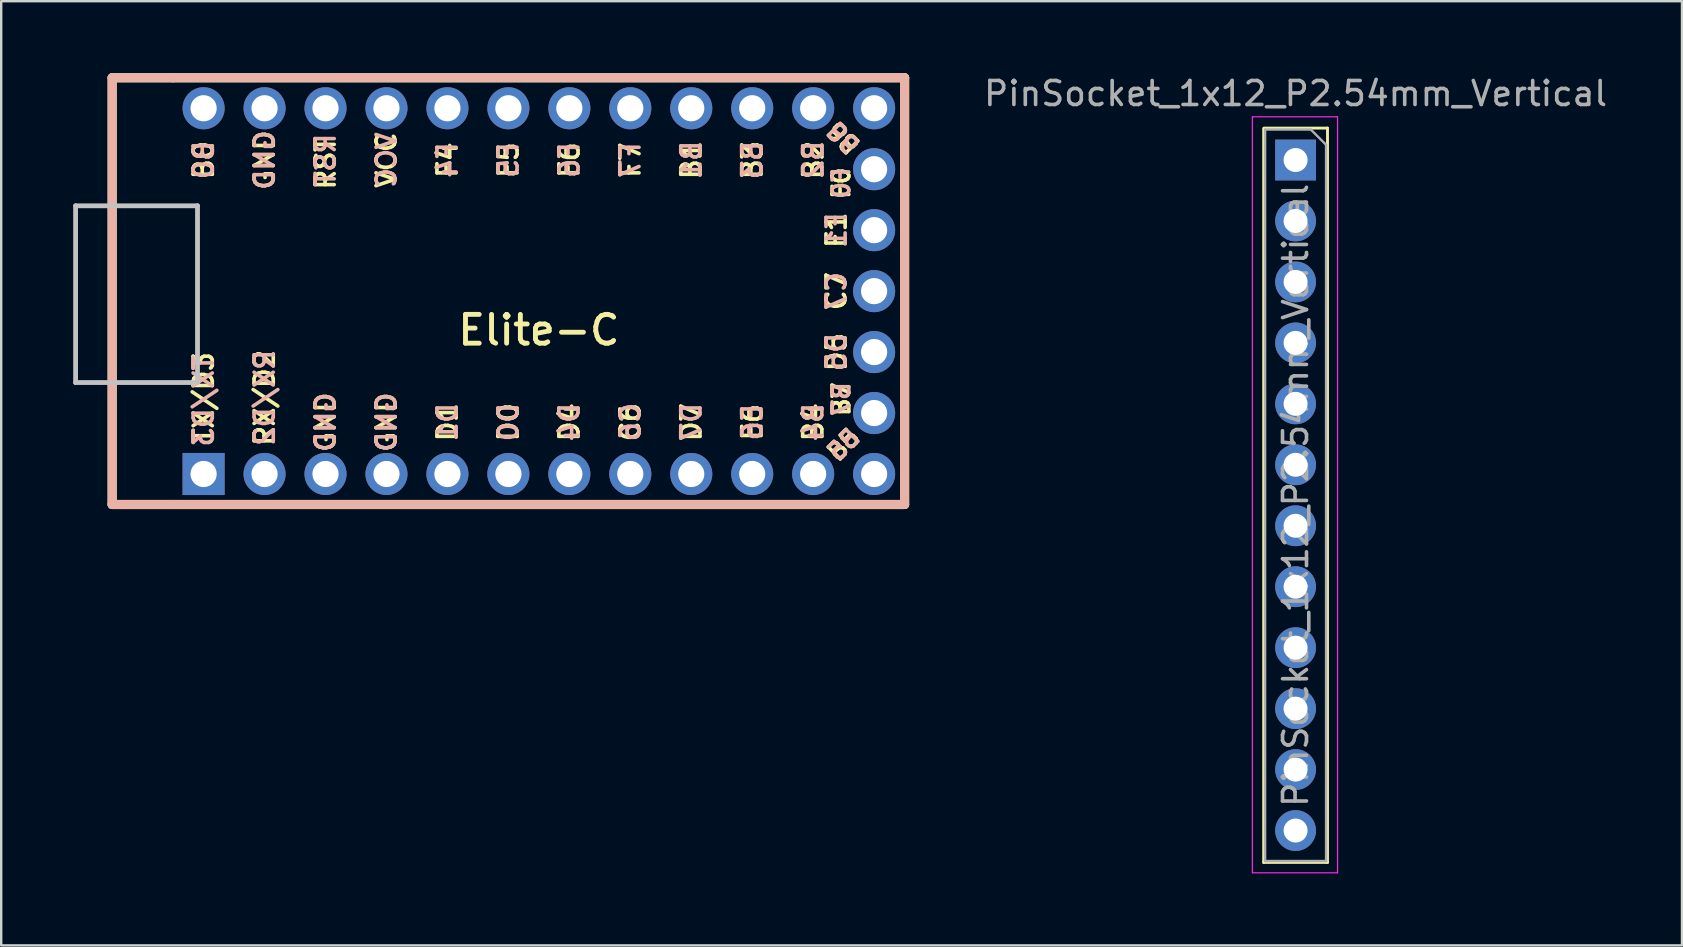
<source format=kicad_pcb>
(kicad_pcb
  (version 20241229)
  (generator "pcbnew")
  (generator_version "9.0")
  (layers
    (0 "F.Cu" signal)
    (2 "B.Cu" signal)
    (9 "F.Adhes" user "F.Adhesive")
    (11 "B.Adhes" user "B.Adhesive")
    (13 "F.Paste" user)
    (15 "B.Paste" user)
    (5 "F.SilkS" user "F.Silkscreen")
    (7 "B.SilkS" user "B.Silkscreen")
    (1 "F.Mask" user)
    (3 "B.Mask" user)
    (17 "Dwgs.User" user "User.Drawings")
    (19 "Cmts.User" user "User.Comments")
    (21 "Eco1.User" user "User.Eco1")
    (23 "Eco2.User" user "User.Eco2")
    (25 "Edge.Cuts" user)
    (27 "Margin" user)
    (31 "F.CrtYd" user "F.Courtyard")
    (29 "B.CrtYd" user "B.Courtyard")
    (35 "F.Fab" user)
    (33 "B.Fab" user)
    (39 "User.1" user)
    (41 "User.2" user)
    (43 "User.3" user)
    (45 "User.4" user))
  (footprint "PinSocket_1x12_P2.54mm_Vertical"
    (layer "F.Cu")
    (at 50.936 3.618)
    (property "Reference" "PinSocket_1x12_P2.54mm_Vertical" (at 0 -2.77 0) (layer "F.Fab") (effects (font (size 1 1) (thickness 0.15))))
    (attr through_hole)
    (fp_line (start -1.33 -1.295) (end -1.33 29.27) (stroke (width 0.12) (type solid)) (layer "F.SilkS"))
    (fp_line (start -1.33 29.27) (end 1.33 29.27) (stroke (width 0.12) (type solid)) (layer "F.SilkS"))
    (fp_line (start -1.321 -1.33) (end 1.33 -1.33) (stroke (width 0.12) (type solid)) (layer "F.SilkS"))
    (fp_line (start 1.33 -1.33) (end 1.33 29.27) (stroke (width 0.12) (type solid)) (layer "F.SilkS"))
    (fp_line (start -1.8 -1.8) (end 1.75 -1.8) (stroke (width 0.05) (type solid)) (layer "F.CrtYd"))
    (fp_line (start -1.8 29.7) (end -1.8 -1.8) (stroke (width 0.05) (type solid)) (layer "F.CrtYd"))
    (fp_line (start 1.75 -1.8) (end 1.75 29.7) (stroke (width 0.05) (type solid)) (layer "F.CrtYd"))
    (fp_line (start 1.75 29.7) (end -1.8 29.7) (stroke (width 0.05) (type solid)) (layer "F.CrtYd"))
    (fp_line (start -1.27 -1.27) (end 0.635 -1.27) (stroke (width 0.1) (type solid)) (layer "F.Fab"))
    (fp_line (start -1.27 29.21) (end -1.27 -1.27) (stroke (width 0.1) (type solid)) (layer "F.Fab"))
    (fp_line (start 0.635 -1.27) (end 1.27 -0.635) (stroke (width 0.1) (type solid)) (layer "F.Fab"))
    (fp_line (start 1.27 -0.635) (end 1.27 29.21) (stroke (width 0.1) (type solid)) (layer "F.Fab"))
    (fp_line (start 1.27 29.21) (end -1.27 29.21) (stroke (width 0.1) (type solid)) (layer "F.Fab"))
    (fp_text user "${REFERENCE}" (at 0 13.97 90) (layer "F.Fab") (effects (font (size 1 1) (thickness 0.15))))
    (pad "1" thru_hole rect (at 0 0) (size 1.7 1.7) (drill 1) (layers "*.Cu" "*.Mask"))
    (pad "2" thru_hole oval (at 0 2.54) (size 1.7 1.7) (drill 1) (layers "*.Cu" "*.Mask"))
    (pad "3" thru_hole oval (at 0 5.08) (size 1.7 1.7) (drill 1) (layers "*.Cu" "*.Mask"))
    (pad "4" thru_hole oval (at 0 7.62) (size 1.7 1.7) (drill 1) (layers "*.Cu" "*.Mask"))
    (pad "5" thru_hole oval (at 0 10.16) (size 1.7 1.7) (drill 1) (layers "*.Cu" "*.Mask"))
    (pad "6" thru_hole oval (at 0 12.7) (size 1.7 1.7) (drill 1) (layers "*.Cu" "*.Mask"))
    (pad "7" thru_hole oval (at 0 15.24) (size 1.7 1.7) (drill 1) (layers "*.Cu" "*.Mask"))
    (pad "8" thru_hole oval (at 0 17.78) (size 1.7 1.7) (drill 1) (layers "*.Cu" "*.Mask"))
    (pad "9" thru_hole oval (at 0 20.32) (size 1.7 1.7) (drill 1) (layers "*.Cu" "*.Mask"))
    (pad "10" thru_hole oval (at 0 22.86) (size 1.7 1.7) (drill 1) (layers "*.Cu" "*.Mask"))
    (pad "11" thru_hole oval (at 0 25.4) (size 1.7 1.7) (drill 1) (layers "*.Cu" "*.Mask"))
    (pad "12" thru_hole oval (at 0 27.94) (size 1.7 1.7) (drill 1) (layers "*.Cu" "*.Mask")))
  (footprint "Elite-C"
    (layer "F.Cu")
    (at 19.404 9.081)
    (property "Reference" "Elite-C" (at 0 1.625 180) (layer "F.SilkS") (effects (font (size 1.2 1.2) (thickness 0.203))))
    (attr through_hole)
    (fp_line (start -17.78 -8.89) (end -17.78 8.89) (stroke (width 0.381) (type solid)) (layer "F.SilkS"))
    (fp_line (start -17.78 8.89) (end -15.24 8.89) (stroke (width 0.381) (type solid)) (layer "F.SilkS"))
    (fp_line (start -15.24 -8.89) (end -17.78 -8.89) (stroke (width 0.381) (type solid)) (layer "F.SilkS"))
    (fp_line (start -15.24 8.89) (end 15.24 8.89) (stroke (width 0.381) (type solid)) (layer "F.SilkS"))
    (fp_line (start 15.24 -8.89) (end -15.24 -8.89) (stroke (width 0.381) (type solid)) (layer "F.SilkS"))
    (fp_line (start 15.24 8.89) (end 15.24 -8.89) (stroke (width 0.381) (type solid)) (layer "F.SilkS"))
    (fp_line (start -17.78 -8.89) (end -17.78 8.89) (stroke (width 0.381) (type solid)) (layer "B.SilkS"))
    (fp_line (start -17.78 8.89) (end 15.24 8.89) (stroke (width 0.381) (type solid)) (layer "B.SilkS"))
    (fp_line (start 15.24 -8.89) (end -17.78 -8.89) (stroke (width 0.381) (type solid)) (layer "B.SilkS"))
    (fp_line (start 15.24 8.89) (end 15.24 -8.89) (stroke (width 0.381) (type solid)) (layer "B.SilkS"))
    (fp_line (start -19.304 -3.556) (end -14.224 -3.556) (stroke (width 0.2) (type solid)) (layer "Dwgs.User"))
    (fp_line (start -19.304 3.81) (end -19.304 -3.556) (stroke (width 0.2) (type solid)) (layer "Dwgs.User"))
    (fp_line (start -14.224 -3.556) (end -14.224 3.81) (stroke (width 0.2) (type solid)) (layer "Dwgs.User"))
    (fp_line (start -14.224 3.81) (end -19.304 3.81) (stroke (width 0.2) (type solid)) (layer "Dwgs.User"))
    (fp_text user "E6" (at 8.89 5.461 90) (layer "F.SilkS") (effects (font (size 0.8 0.8) (thickness 0.15))))
    (fp_text user "B6" (at 12.7 -6.4 135) (unlocked yes) (layer "F.SilkS") (effects (font (size 0.7 0.7) (thickness 0.15))))
    (fp_text user "C6" (at 3.81 5.461 90) (layer "F.SilkS") (effects (font (size 0.8 0.8) (thickness 0.15))))
    (fp_text user "B0" (at -13.97 -5.461 90) (layer "F.SilkS") (effects (font (size 0.8 0.8) (thickness 0.15))))
    (fp_text user "GND" (at -8.89 5.461 90) (layer "F.SilkS") (effects (font (size 0.8 0.8) (thickness 0.15))))
    (fp_text user "D0" (at -1.27 5.461 90) (layer "F.SilkS") (effects (font (size 0.8 0.8) (thickness 0.15))))
    (fp_text user "F7" (at 3.81 -5.461 90) (layer "F.SilkS") (effects (font (size 0.8 0.8) (thickness 0.15))))
    (fp_text user "D4" (at 1.27 5.461 90) (layer "F.SilkS") (effects (font (size 0.8 0.8) (thickness 0.15))))
    (fp_text user "B1" (at 6.35 -5.461 90) (layer "F.SilkS") (effects (font (size 0.8 0.8) (thickness 0.15))))
    (fp_text user "F4" (at -3.81 -5.461 90) (layer "F.SilkS") (effects (font (size 0.8 0.8) (thickness 0.15))))
    (fp_text user "RX/D2" (at -11.43 4.445 90) (layer "F.SilkS") (effects (font (size 0.8 0.8) (thickness 0.15))))
    (fp_text user "D7" (at 6.35 5.461 90) (layer "F.SilkS") (effects (font (size 0.8 0.8) (thickness 0.15))))
    (fp_text user "F1" (at 12.4 -2.54 90) (layer "F.SilkS") (effects (font (size 0.8 0.8) (thickness 0.15))))
    (fp_text user "D5" (at 12.4 2.54 90) (layer "F.SilkS") (effects (font (size 0.8 0.8) (thickness 0.15))))
    (fp_text user "RST" (at -8.89 -5.334 90) (layer "F.SilkS") (effects (font (size 0.8 0.8) (thickness 0.15))))
    (fp_text user "B2" (at 11.43 -5.461 90) (layer "F.SilkS") (effects (font (size 0.8 0.8) (thickness 0.15))))
    (fp_text user "B3" (at 8.89 -5.461 90) (layer "F.SilkS") (effects (font (size 0.8 0.8) (thickness 0.15))))
    (fp_text user "D1" (at -3.81 5.461 90) (layer "F.SilkS") (effects (font (size 0.8 0.8) (thickness 0.15))))
    (fp_text user "GND" (at -6.35 5.461 90) (layer "F.SilkS") (effects (font (size 0.8 0.8) (thickness 0.15))))
    (fp_text user "F5" (at -1.27 -5.461 90) (layer "F.SilkS") (effects (font (size 0.8 0.8) (thickness 0.15))))
    (fp_text user "B7" (at 12.6 4.5 90) (layer "F.SilkS") (effects (font (size 0.7 0.7) (thickness 0.15))))
    (fp_text user "F0" (at 12.6 -4.5 90) (layer "F.SilkS") (effects (font (size 0.7 0.7) (thickness 0.15))))
    (fp_text user "B5" (at 12.7 6.4 225) (layer "F.SilkS") (effects (font (size 0.7 0.7) (thickness 0.15))))
    (fp_text user "F6" (at 1.27 -5.461 90) (layer "F.SilkS") (effects (font (size 0.8 0.8) (thickness 0.15))))
    (fp_text user "B4" (at 11.43 5.461 90) (layer "F.SilkS") (effects (font (size 0.8 0.8) (thickness 0.15))))
    (fp_text user "GND" (at -11.43 -5.461 90) (layer "F.SilkS") (effects (font (size 0.8 0.8) (thickness 0.15))))
    (fp_text user "TX/D3" (at -13.97 4.445 90) (layer "F.SilkS") (effects (font (size 0.8 0.8) (thickness 0.15))))
    (fp_text user "C7" (at 12.4 0 90) (layer "F.SilkS") (effects (font (size 0.8 0.8) (thickness 0.15))))
    (fp_text user "VCC" (at -6.35 -5.461 90) (layer "F.SilkS") (effects (font (size 0.8 0.8) (thickness 0.15))))
    (fp_text user "D4" (at 1.27 5.461 90) (layer "B.SilkS") (effects (font (size 0.8 0.8) (thickness 0.15)) (justify mirror)))
    (fp_text user "B3" (at 8.89 -5.461 90) (layer "B.SilkS") (effects (font (size 0.8 0.8) (thickness 0.15)) (justify mirror)))
    (fp_text user "VCC" (at -6.35 -5.461 90) (layer "B.SilkS") (effects (font (size 0.8 0.8) (thickness 0.15)) (justify mirror)))
    (fp_text user "F4" (at -3.81 -5.461 90) (layer "B.SilkS") (effects (font (size 0.8 0.8) (thickness 0.15)) (justify mirror)))
    (fp_text user "D7" (at 6.35 5.461 90) (layer "B.SilkS") (effects (font (size 0.8 0.8) (thickness 0.15)) (justify mirror)))
    (fp_text user "E6" (at 8.89 5.461 90) (layer "B.SilkS") (effects (font (size 0.8 0.8) (thickness 0.15)) (justify mirror)))
    (fp_text user "RST" (at -8.89 -5.461 90) (layer "B.SilkS") (effects (font (size 0.8 0.8) (thickness 0.15)) (justify mirror)))
    (fp_text user "D1" (at -3.81 5.461 90) (layer "B.SilkS") (effects (font (size 0.8 0.8) (thickness 0.15)) (justify mirror)))
    (fp_text user "B6" (at 12.7 -6.4 135) (unlocked yes) (layer "B.SilkS") (effects (font (size 0.7 0.7) (thickness 0.15)) (justify mirror)))
    (fp_text user "B4" (at 11.43 5.461 90) (layer "B.SilkS") (effects (font (size 0.8 0.8) (thickness 0.15)) (justify mirror)))
    (fp_text user "B1" (at 6.35 -5.461 90) (layer "B.SilkS") (effects (font (size 0.8 0.8) (thickness 0.15)) (justify mirror)))
    (fp_text user "RX/D2" (at -11.43 4.445 90) (layer "B.SilkS") (effects (font (size 0.8 0.8) (thickness 0.15)) (justify mirror)))
    (fp_text user "F0" (at 12.6 -4.5 90) (layer "B.SilkS") (effects (font (size 0.7 0.7) (thickness 0.15)) (justify mirror)))
    (fp_text user "C6" (at 3.81 5.461 90) (layer "B.SilkS") (effects (font (size 0.8 0.8) (thickness 0.15)) (justify mirror)))
    (fp_text user "F5" (at -1.27 -5.461 90) (layer "B.SilkS") (effects (font (size 0.8 0.8) (thickness 0.15)) (justify mirror)))
    (fp_text user "TX/D3" (at -13.97 4.572 90) (layer "B.SilkS") (effects (font (size 0.8 0.8) (thickness 0.15)) (justify mirror)))
    (fp_text user "F6" (at 1.27 -5.461 90) (layer "B.SilkS") (effects (font (size 0.8 0.8) (thickness 0.15)) (justify mirror)))
    (fp_text user "GND" (at -11.43 -5.461 90) (layer "B.SilkS") (effects (font (size 0.8 0.8) (thickness 0.15)) (justify mirror)))
    (fp_text user "D0" (at -1.27 5.461 90) (layer "B.SilkS") (effects (font (size 0.8 0.8) (thickness 0.15)) (justify mirror)))
    (fp_text user "B2" (at 11.43 -5.461 90) (layer "B.SilkS") (effects (font (size 0.8 0.8) (thickness 0.15)) (justify mirror)))
    (fp_text user "D5" (at 12.4 2.54 90) (layer "B.SilkS") (effects (font (size 0.8 0.8) (thickness 0.15)) (justify mirror)))
    (fp_text user "F1" (at 12.4 -2.54 90) (layer "B.SilkS") (effects (font (size 0.8 0.8) (thickness 0.15)) (justify mirror)))
    (fp_text user "B7" (at 12.6 4.5 90) (layer "B.SilkS") (effects (font (size 0.7 0.7) (thickness 0.15)) (justify mirror)))
    (fp_text user "F7" (at 3.81 -5.461 90) (layer "B.SilkS") (effects (font (size 0.8 0.8) (thickness 0.15)) (justify mirror)))
    (fp_text user "B5" (at 12.7 6.4 225) (layer "B.SilkS") (effects (font (size 0.7 0.7) (thickness 0.15)) (justify mirror)))
    (fp_text user "GND" (at -6.35 5.461 90) (layer "B.SilkS") (effects (font (size 0.8 0.8) (thickness 0.15)) (justify mirror)))
    (fp_text user "C7" (at 12.4 0 90) (layer "B.SilkS") (effects (font (size 0.8 0.8) (thickness 0.15)) (justify mirror)))
    (fp_text user "B0" (at -13.97 -5.461 90) (layer "B.SilkS") (effects (font (size 0.8 0.8) (thickness 0.15)) (justify mirror)))
    (fp_text user "GND" (at -8.89 5.461 90) (layer "B.SilkS") (effects (font (size 0.8 0.8) (thickness 0.15)) (justify mirror)))
    (pad "1" thru_hole rect (at -13.97 7.62) (size 1.753 1.753) (drill 1.092) (layers "*.Cu" "*.Mask"))
    (pad "2" thru_hole circle (at -11.43 7.62) (size 1.753 1.753) (drill 1.092) (layers "*.Cu" "*.Mask"))
    (pad "3" thru_hole circle (at -8.89 7.62) (size 1.753 1.753) (drill 1.092) (layers "*.Cu" "*.Mask"))
    (pad "4" thru_hole circle (at -6.35 7.62) (size 1.753 1.753) (drill 1.092) (layers "*.Cu" "*.Mask"))
    (pad "5" thru_hole circle (at -3.81 7.62) (size 1.753 1.753) (drill 1.092) (layers "*.Cu" "*.Mask"))
    (pad "6" thru_hole circle (at -1.27 7.62) (size 1.753 1.753) (drill 1.092) (layers "*.Cu" "*.Mask"))
    (pad "7" thru_hole circle (at 1.27 7.62) (size 1.753 1.753) (drill 1.092) (layers "*.Cu" "*.Mask"))
    (pad "8" thru_hole circle (at 3.81 7.62) (size 1.753 1.753) (drill 1.092) (layers "*.Cu" "*.Mask"))
    (pad "9" thru_hole circle (at 6.35 7.62) (size 1.753 1.753) (drill 1.092) (layers "*.Cu" "*.Mask"))
    (pad "10" thru_hole circle (at 8.89 7.62) (size 1.753 1.753) (drill 1.092) (layers "*.Cu" "*.Mask"))
    (pad "11" thru_hole circle (at 11.43 7.62) (size 1.753 1.753) (drill 1.092) (layers "*.Cu" "*.Mask"))
    (pad "12" thru_hole circle (at 13.97 7.62) (size 1.753 1.753) (drill 1.092) (layers "*.Cu" "*.Mask"))
    (pad "13" thru_hole circle (at 13.97 -7.62) (size 1.753 1.753) (drill 1.092) (layers "*.Cu" "*.Mask"))
    (pad "14" thru_hole circle (at 11.43 -7.62) (size 1.753 1.753) (drill 1.092) (layers "*.Cu" "*.Mask"))
    (pad "15" thru_hole circle (at 8.89 -7.62) (size 1.753 1.753) (drill 1.092) (layers "*.Cu" "*.Mask"))
    (pad "16" thru_hole circle (at 6.35 -7.62) (size 1.753 1.753) (drill 1.092) (layers "*.Cu" "*.Mask"))
    (pad "17" thru_hole circle (at 3.81 -7.62) (size 1.753 1.753) (drill 1.092) (layers "*.Cu" "*.Mask"))
    (pad "18" thru_hole circle (at 1.27 -7.62) (size 1.753 1.753) (drill 1.092) (layers "*.Cu" "*.Mask"))
    (pad "19" thru_hole circle (at -1.27 -7.62) (size 1.753 1.753) (drill 1.092) (layers "*.Cu" "*.Mask"))
    (pad "20" thru_hole circle (at -3.81 -7.62) (size 1.753 1.753) (drill 1.092) (layers "*.Cu" "*.Mask"))
    (pad "21" thru_hole circle (at -6.35 -7.62) (size 1.753 1.753) (drill 1.092) (layers "*.Cu" "*.Mask"))
    (pad "22" thru_hole circle (at -8.89 -7.62) (size 1.753 1.753) (drill 1.092) (layers "*.Cu" "*.Mask"))
    (pad "23" thru_hole circle (at -11.43 -7.62) (size 1.753 1.753) (drill 1.092) (layers "*.Cu" "*.Mask"))
    (pad "24" thru_hole circle (at -13.97 -7.62) (size 1.753 1.753) (drill 1.092) (layers "*.Cu" "*.Mask"))
    (pad "25" thru_hole circle (at 13.97 5.08) (size 1.753 1.753) (drill 1.092) (layers "*.Cu" "*.Mask"))
    (pad "26" thru_hole circle (at 13.97 2.54) (size 1.753 1.753) (drill 1.092) (layers "*.Cu" "*.Mask"))
    (pad "27" thru_hole circle (at 13.97 0) (size 1.753 1.753) (drill 1.092) (layers "*.Cu" "*.Mask"))
    (pad "28" thru_hole circle (at 13.97 -2.54) (size 1.753 1.753) (drill 1.092) (layers "*.Cu" "*.Mask"))
    (pad "29" thru_hole circle (at 13.97 -5.08) (size 1.753 1.753) (drill 1.092) (layers "*.Cu" "*.Mask")))
  (gr_rect
    (start -3 -3)
    (end 67.037 36.343)
    (stroke (width 0.1) (type default))
    (fill no)
    (layer "Edge.Cuts")))
</source>
